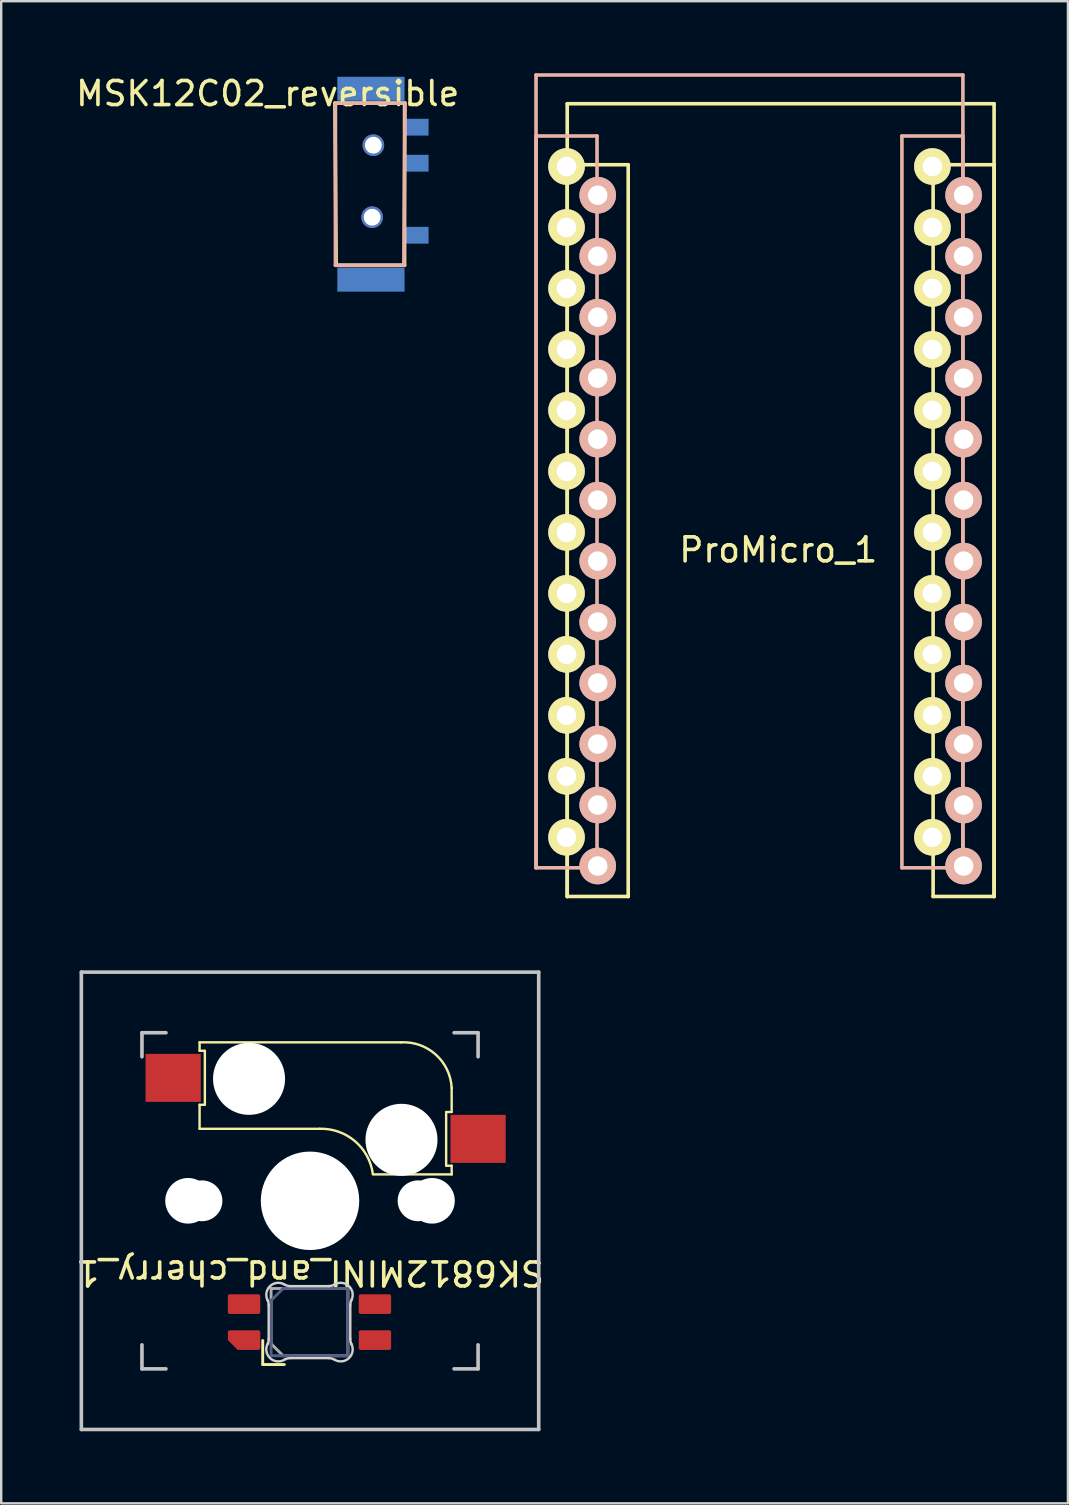
<source format=kicad_pcb>
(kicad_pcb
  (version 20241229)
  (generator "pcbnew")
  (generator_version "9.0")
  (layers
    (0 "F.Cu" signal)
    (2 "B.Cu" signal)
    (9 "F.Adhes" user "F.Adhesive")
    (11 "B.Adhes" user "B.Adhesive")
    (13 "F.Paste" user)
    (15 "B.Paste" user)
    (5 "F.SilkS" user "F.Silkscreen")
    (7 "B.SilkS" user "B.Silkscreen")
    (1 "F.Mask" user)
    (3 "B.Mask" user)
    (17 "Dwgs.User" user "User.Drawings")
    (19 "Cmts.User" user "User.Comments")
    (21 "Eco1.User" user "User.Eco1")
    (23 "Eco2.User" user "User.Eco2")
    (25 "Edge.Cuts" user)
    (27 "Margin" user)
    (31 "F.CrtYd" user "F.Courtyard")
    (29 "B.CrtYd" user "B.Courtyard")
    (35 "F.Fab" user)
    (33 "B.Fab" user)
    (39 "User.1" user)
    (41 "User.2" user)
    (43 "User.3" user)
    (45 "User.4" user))
  (footprint "MSK12C02_reversible"
    (layer "F.Cu")
    (at 11.101 0.748)
    (property "Reference" "MSK12C02_reversible" (at -3 0.1 0) (layer "F.SilkS") (effects (font (size 1 1) (thickness 0.15))))
    (attr through_hole)
    (fp_line (start -0.2 0.5) (end 2.7 0.5) (stroke (width 0.15) (type solid)) (layer "F.SilkS"))
    (fp_line (start -0.15 7.25) (end -0.2 0.5) (stroke (width 0.15) (type solid)) (layer "F.SilkS"))
    (fp_line (start 2.7 0.5) (end 2.7 7.25) (stroke (width 0.15) (type solid)) (layer "F.SilkS"))
    (fp_line (start 2.7 7.25) (end -0.15 7.25) (stroke (width 0.15) (type solid)) (layer "F.SilkS"))
    (fp_line (start -0.18 0.5) (end -0.18 7.25) (stroke (width 0.15) (type solid)) (layer "B.SilkS"))
    (fp_line (start -0.18 7.25) (end 2.67 7.25) (stroke (width 0.15) (type solid)) (layer "B.SilkS"))
    (fp_line (start 2.67 7.25) (end 2.72 0.5) (stroke (width 0.15) (type solid)) (layer "B.SilkS"))
    (fp_line (start 2.72 0.5) (end -0.18 0.5) (stroke (width 0.15) (type solid)) (layer "B.SilkS"))
    (pad "" np_thru_hole circle (at 1.35 5.25) (size 0.9 0.9) (drill 0.7) (layers "*.Cu" "*.Mask"))
    (pad "" np_thru_hole circle (at 1.4 2.25) (size 0.9 0.9) (drill 0.7) (layers "*.Cu" "*.Mask"))
    (pad "1" smd rect (at 3.2 6 270) (size 0.7 1) (layers "B.Cu" "B.Mask" "B.Paste"))
    (pad "2" smd rect (at 3.2 3 270) (size 0.7 1) (layers "B.Cu" "B.Mask" "B.Paste"))
    (pad "3" smd rect (at 3.2 1.5 270) (size 0.7 1) (layers "B.Cu" "B.Mask" "B.Paste"))
    (pad "NC" smd rect (at 1.3 -0.1) (size 2.8 1) (layers "B.Cu" "B.Mask" "B.Paste"))
    (pad "NC" smd rect (at 1.3 7.85) (size 2.8 1) (layers "B.Cu" "B.Mask" "B.Paste")))
  (footprint "ProMicro_1"
    (layer "F.Cu")
    (at 29.367 18.655)
    (property "Reference" "ProMicro_1" (at 0 1.2 0) (layer "F.SilkS") (effects (font (size 1 1) (thickness 0.15))))
    (attr through_hole)
    (fp_line (start -8.791 -17.384) (end -8.791 15.636) (stroke (width 0.15) (type solid)) (layer "F.SilkS"))
    (fp_line (start -8.791 -14.844) (end -8.791 15.636) (stroke (width 0.15) (type solid)) (layer "F.SilkS"))
    (fp_line (start -8.791 15.636) (end -6.251 15.636) (stroke (width 0.15) (type solid)) (layer "F.SilkS"))
    (fp_line (start -6.251 -14.844) (end -8.791 -14.844) (stroke (width 0.15) (type solid)) (layer "F.SilkS"))
    (fp_line (start -6.251 15.636) (end -6.251 -14.844) (stroke (width 0.15) (type solid)) (layer "F.SilkS"))
    (fp_line (start 6.449 -14.844) (end 6.449 15.636) (stroke (width 0.15) (type solid)) (layer "F.SilkS"))
    (fp_line (start 6.449 15.636) (end 8.989 15.636) (stroke (width 0.15) (type solid)) (layer "F.SilkS"))
    (fp_line (start 8.989 -17.384) (end -8.791 -17.384) (stroke (width 0.15) (type solid)) (layer "F.SilkS"))
    (fp_line (start 8.989 -14.844) (end 6.449 -14.844) (stroke (width 0.15) (type solid)) (layer "F.SilkS"))
    (fp_line (start 8.989 15.636) (end 8.989 -17.384) (stroke (width 0.15) (type solid)) (layer "F.SilkS"))
    (fp_line (start 8.989 15.636) (end 8.989 -14.844) (stroke (width 0.15) (type solid)) (layer "F.SilkS"))
    (fp_line (start -10.09 -18.58) (end 7.69 -18.58) (stroke (width 0.15) (type solid)) (layer "B.SilkS"))
    (fp_line (start -10.09 -16.04) (end -7.55 -16.04) (stroke (width 0.15) (type solid)) (layer "B.SilkS"))
    (fp_line (start -10.09 14.44) (end -10.09 -18.58) (stroke (width 0.15) (type solid)) (layer "B.SilkS"))
    (fp_line (start -10.09 14.44) (end -10.09 -16.04) (stroke (width 0.15) (type solid)) (layer "B.SilkS"))
    (fp_line (start -7.55 -16.04) (end -7.55 14.44) (stroke (width 0.15) (type solid)) (layer "B.SilkS"))
    (fp_line (start -7.55 14.44) (end -10.09 14.44) (stroke (width 0.15) (type solid)) (layer "B.SilkS"))
    (fp_line (start 5.15 -16.04) (end 7.69 -16.04) (stroke (width 0.15) (type solid)) (layer "B.SilkS"))
    (fp_line (start 5.15 14.44) (end 5.15 -16.04) (stroke (width 0.15) (type solid)) (layer "B.SilkS"))
    (fp_line (start 7.69 -18.58) (end 7.69 14.44) (stroke (width 0.15) (type solid)) (layer "B.SilkS"))
    (fp_line (start 7.69 -16.04) (end 7.69 14.44) (stroke (width 0.15) (type solid)) (layer "B.SilkS"))
    (fp_line (start 7.69 14.44) (end 5.15 14.44) (stroke (width 0.15) (type solid)) (layer "B.SilkS"))
    (pad "1" thru_hole circle (at -8.82 -14.77) (size 1.524 1.524) (drill 0.813) (layers "*.Cu" "*.Mask" "F.SilkS"))
    (pad "1" thru_hole circle (at 7.719 -13.574 180) (size 1.524 1.524) (drill 0.813) (layers "*.Cu" "*.Mask" "B.SilkS"))
    (pad "2" thru_hole circle (at -8.82 -12.23) (size 1.524 1.524) (drill 0.813) (layers "*.Cu" "*.Mask" "F.SilkS"))
    (pad "2" thru_hole circle (at 7.719 -11.034 180) (size 1.524 1.524) (drill 0.813) (layers "*.Cu" "*.Mask" "B.SilkS"))
    (pad "3" thru_hole circle (at -8.82 -9.69) (size 1.524 1.524) (drill 0.813) (layers "*.Cu" "*.Mask" "F.SilkS"))
    (pad "3" thru_hole circle (at 7.719 -8.494 180) (size 1.524 1.524) (drill 0.813) (layers "*.Cu" "*.Mask" "B.SilkS"))
    (pad "4" thru_hole circle (at -8.82 -7.15) (size 1.524 1.524) (drill 0.813) (layers "*.Cu" "*.Mask" "F.SilkS"))
    (pad "4" thru_hole circle (at 7.719 -5.954 180) (size 1.524 1.524) (drill 0.813) (layers "*.Cu" "*.Mask" "B.SilkS"))
    (pad "5" thru_hole circle (at -8.82 -4.61) (size 1.524 1.524) (drill 0.813) (layers "*.Cu" "*.Mask" "F.SilkS"))
    (pad "5" thru_hole circle (at 7.719 -3.414 180) (size 1.524 1.524) (drill 0.813) (layers "*.Cu" "*.Mask" "B.SilkS"))
    (pad "6" thru_hole circle (at -8.82 -2.07) (size 1.524 1.524) (drill 0.813) (layers "*.Cu" "*.Mask" "F.SilkS"))
    (pad "6" thru_hole circle (at 7.719 -0.874 180) (size 1.524 1.524) (drill 0.813) (layers "*.Cu" "*.Mask" "B.SilkS"))
    (pad "7" thru_hole circle (at -8.82 0.47) (size 1.524 1.524) (drill 0.813) (layers "*.Cu" "*.Mask" "F.SilkS"))
    (pad "7" thru_hole circle (at 7.719 1.666 180) (size 1.524 1.524) (drill 0.813) (layers "*.Cu" "*.Mask" "B.SilkS"))
    (pad "8" thru_hole circle (at -8.82 3.01) (size 1.524 1.524) (drill 0.813) (layers "*.Cu" "*.Mask" "F.SilkS"))
    (pad "8" thru_hole circle (at 7.719 4.206 180) (size 1.524 1.524) (drill 0.813) (layers "*.Cu" "*.Mask" "B.SilkS"))
    (pad "9" thru_hole circle (at -8.82 5.55) (size 1.524 1.524) (drill 0.813) (layers "*.Cu" "*.Mask" "F.SilkS"))
    (pad "9" thru_hole circle (at 7.719 6.746 180) (size 1.524 1.524) (drill 0.813) (layers "*.Cu" "*.Mask" "B.SilkS"))
    (pad "10" thru_hole circle (at -8.82 8.09) (size 1.524 1.524) (drill 0.813) (layers "*.Cu" "*.Mask" "F.SilkS"))
    (pad "10" thru_hole circle (at 7.719 9.286 180) (size 1.524 1.524) (drill 0.813) (layers "*.Cu" "*.Mask" "B.SilkS"))
    (pad "11" thru_hole circle (at -8.82 10.63) (size 1.524 1.524) (drill 0.813) (layers "*.Cu" "*.Mask" "F.SilkS"))
    (pad "11" thru_hole circle (at 7.719 11.826 180) (size 1.524 1.524) (drill 0.813) (layers "*.Cu" "*.Mask" "B.SilkS"))
    (pad "12" thru_hole circle (at -8.82 13.17) (size 1.524 1.524) (drill 0.813) (layers "*.Cu" "*.Mask" "F.SilkS"))
    (pad "12" thru_hole circle (at 7.719 14.366 180) (size 1.524 1.524) (drill 0.813) (layers "*.Cu" "*.Mask" "B.SilkS"))
    (pad "13" thru_hole circle (at -7.521 14.366 180) (size 1.524 1.524) (drill 0.813) (layers "*.Cu" "*.Mask" "B.SilkS"))
    (pad "13" thru_hole circle (at 6.42 13.17) (size 1.524 1.524) (drill 0.813) (layers "*.Cu" "*.Mask" "F.SilkS"))
    (pad "14" thru_hole circle (at -7.521 11.826 180) (size 1.524 1.524) (drill 0.813) (layers "*.Cu" "*.Mask" "B.SilkS"))
    (pad "14" thru_hole circle (at 6.42 10.63) (size 1.524 1.524) (drill 0.813) (layers "*.Cu" "*.Mask" "F.SilkS"))
    (pad "15" thru_hole circle (at -7.521 9.286 180) (size 1.524 1.524) (drill 0.813) (layers "*.Cu" "*.Mask" "B.SilkS"))
    (pad "15" thru_hole circle (at 6.42 8.09) (size 1.524 1.524) (drill 0.813) (layers "*.Cu" "*.Mask" "F.SilkS"))
    (pad "16" thru_hole circle (at -7.521 6.746 180) (size 1.524 1.524) (drill 0.813) (layers "*.Cu" "*.Mask" "B.SilkS"))
    (pad "16" thru_hole circle (at 6.42 5.55) (size 1.524 1.524) (drill 0.813) (layers "*.Cu" "*.Mask" "F.SilkS"))
    (pad "17" thru_hole circle (at -7.521 4.206 180) (size 1.524 1.524) (drill 0.813) (layers "*.Cu" "*.Mask" "B.SilkS"))
    (pad "17" thru_hole circle (at 6.42 3.01) (size 1.524 1.524) (drill 0.813) (layers "*.Cu" "*.Mask" "F.SilkS"))
    (pad "18" thru_hole circle (at -7.521 1.666 180) (size 1.524 1.524) (drill 0.813) (layers "*.Cu" "*.Mask" "B.SilkS"))
    (pad "18" thru_hole circle (at 6.42 0.47) (size 1.524 1.524) (drill 0.813) (layers "*.Cu" "*.Mask" "F.SilkS"))
    (pad "19" thru_hole circle (at -7.521 -0.874 180) (size 1.524 1.524) (drill 0.813) (layers "*.Cu" "*.Mask" "B.SilkS"))
    (pad "19" thru_hole circle (at 6.42 -2.07) (size 1.524 1.524) (drill 0.813) (layers "*.Cu" "*.Mask" "F.SilkS"))
    (pad "20" thru_hole circle (at -7.521 -3.414 180) (size 1.524 1.524) (drill 0.813) (layers "*.Cu" "*.Mask" "B.SilkS"))
    (pad "20" thru_hole circle (at 6.42 -4.61) (size 1.524 1.524) (drill 0.813) (layers "*.Cu" "*.Mask" "F.SilkS"))
    (pad "21" thru_hole circle (at -7.521 -5.954 180) (size 1.524 1.524) (drill 0.813) (layers "*.Cu" "*.Mask" "B.SilkS"))
    (pad "21" thru_hole circle (at 6.42 -7.15) (size 1.524 1.524) (drill 0.813) (layers "*.Cu" "*.Mask" "F.SilkS"))
    (pad "22" thru_hole circle (at -7.521 -8.494 180) (size 1.524 1.524) (drill 0.813) (layers "*.Cu" "*.Mask" "B.SilkS"))
    (pad "22" thru_hole circle (at 6.42 -9.69) (size 1.524 1.524) (drill 0.813) (layers "*.Cu" "*.Mask" "F.SilkS"))
    (pad "23" thru_hole circle (at -7.521 -11.034 180) (size 1.524 1.524) (drill 0.813) (layers "*.Cu" "*.Mask" "B.SilkS"))
    (pad "23" thru_hole circle (at 6.42 -12.23) (size 1.524 1.524) (drill 0.813) (layers "*.Cu" "*.Mask" "F.SilkS"))
    (pad "24" thru_hole circle (at -7.521 -13.574 180) (size 1.524 1.524) (drill 0.813) (layers "*.Cu" "*.Mask" "B.SilkS"))
    (pad "24" thru_hole circle (at 6.42 -14.77) (size 1.524 1.524) (drill 0.813) (layers "*.Cu" "*.Mask" "F.SilkS")))
  (footprint "SK6812MINI_and_cherry_1"
    (layer "F.Cu")
    (at 9.863 46.966)
    (property "Reference" "SK6812MINI_and_cherry_1" (at 0 3 180) (unlocked yes) (layer "F.SilkS") (effects (font (size 1 1) (thickness 0.15))))
    (attr through_hole)
    (fp_line (start -4.6 -6.6) (end 3.8 -6.6) (stroke (width 0.1) (type solid)) (layer "F.SilkS"))
    (fp_line (start -4.6 -6.25) (end -4.6 -6.6) (stroke (width 0.1) (type solid)) (layer "F.SilkS"))
    (fp_line (start -4.6 -4) (end -4.4 -4) (stroke (width 0.1) (type solid)) (layer "F.SilkS"))
    (fp_line (start -4.6 -3) (end -4.6 -4) (stroke (width 0.1) (type solid)) (layer "F.SilkS"))
    (fp_line (start -4.4 -6.25) (end -4.6 -6.25) (stroke (width 0.1) (type solid)) (layer "F.SilkS"))
    (fp_line (start -4.38 -4) (end -4.38 -6.25) (stroke (width 0.1) (type solid)) (layer "F.SilkS"))
    (fp_line (start -1.97 5.82) (end -1.97 6.82) (stroke (width 0.12) (type solid)) (layer "F.SilkS"))
    (fp_line (start -1.97 6.82) (end -1.07 6.82) (stroke (width 0.12) (type solid)) (layer "F.SilkS"))
    (fp_line (start 0.4 -3) (end -4.6 -3) (stroke (width 0.1) (type solid)) (layer "F.SilkS"))
    (fp_line (start 5.67 -3.7) (end 5.67 -1.46) (stroke (width 0.1) (type solid)) (layer "F.SilkS"))
    (fp_line (start 5.7 -1.46) (end 5.9 -1.46) (stroke (width 0.1) (type solid)) (layer "F.SilkS"))
    (fp_line (start 5.9 -4.7) (end 5.9 -3.7) (stroke (width 0.1) (type solid)) (layer "F.SilkS"))
    (fp_line (start 5.9 -3.7) (end 5.7 -3.7) (stroke (width 0.1) (type solid)) (layer "F.SilkS"))
    (fp_line (start 5.9 -1.1) (end 2.62 -1.1) (stroke (width 0.1) (type solid)) (layer "F.SilkS"))
    (fp_line (start 5.9 -1.1) (end 5.9 -1.46) (stroke (width 0.1) (type solid)) (layer "F.SilkS"))
    (fp_arc (start 0.4 -3) (mid 1.868709 -2.486118) (end 2.616318 -1.121471) (stroke (width 0.1) (type solid)) (layer "F.SilkS"))
    (fp_arc (start 3.8 -6.600001) (mid 5.243504 -6.084925) (end 5.900001 -4.7) (stroke (width 0.1) (type solid)) (layer "F.SilkS"))
    (fp_line (start -9.525 -9.525) (end 9.525 -9.525) (stroke (width 0.15) (type solid)) (layer "Dwgs.User"))
    (fp_line (start -9.525 9.525) (end -9.525 -9.525) (stroke (width 0.15) (type solid)) (layer "Dwgs.User"))
    (fp_line (start -7 -7) (end -6 -7) (stroke (width 0.15) (type solid)) (layer "Dwgs.User"))
    (fp_line (start -7 -6) (end -7 -7) (stroke (width 0.15) (type solid)) (layer "Dwgs.User"))
    (fp_line (start -7 6) (end -7 7) (stroke (width 0.15) (type solid)) (layer "Dwgs.User"))
    (fp_line (start -7 7) (end -6 7) (stroke (width 0.15) (type solid)) (layer "Dwgs.User"))
    (fp_line (start 6 7) (end 7 7) (stroke (width 0.15) (type solid)) (layer "Dwgs.User"))
    (fp_line (start 7 -7) (end 6 -7) (stroke (width 0.15) (type solid)) (layer "Dwgs.User"))
    (fp_line (start 7 -7) (end 7 -6) (stroke (width 0.15) (type solid)) (layer "Dwgs.User"))
    (fp_line (start 7 7) (end 7 6) (stroke (width 0.15) (type solid)) (layer "Dwgs.User"))
    (fp_line (start 9.525 -9.525) (end 9.525 9.525) (stroke (width 0.15) (type solid)) (layer "Dwgs.User"))
    (fp_line (start 9.525 9.525) (end -9.525 9.525) (stroke (width 0.15) (type solid)) (layer "Dwgs.User"))
    (fp_line (start -1.722 5.756) (end -1.722 4.35) (stroke (width 0.1) (type solid)) (layer "Edge.Cuts"))
    (fp_line (start 0.773 3.553) (end -0.816 3.553) (stroke (width 0.1) (type solid)) (layer "Edge.Cuts"))
    (fp_line (start 0.773 6.553) (end -0.816 6.553) (stroke (width 0.1) (type solid)) (layer "Edge.Cuts"))
    (fp_line (start 1.678 5.756) (end 1.678 4.35) (stroke (width 0.1) (type solid)) (layer "Edge.Cuts"))
    (fp_arc (start -1.77141 4.133123) (mid -1.734454 4.238775) (end -1.721925 4.350001) (stroke (width 0.1) (type solid)) (layer "Edge.Cuts"))
    (fp_arc (start -1.77141 4.133124) (mid -1.66 3.548806) (end -1.068637 3.484544) (stroke (width 0.1) (type solid)) (layer "Edge.Cuts"))
    (fp_arc (start -1.721925 5.755686) (mid -1.734454 5.866911) (end -1.77141 5.972563) (stroke (width 0.1) (type solid)) (layer "Edge.Cuts"))
    (fp_arc (start -1.068637 6.621142) (mid -1.659997 6.556877) (end -1.77141 5.972562) (stroke (width 0.1) (type solid)) (layer "Edge.Cuts"))
    (fp_arc (start -1.068637 6.621142) (mid -0.947049 6.570219) (end -0.816378 6.552843) (stroke (width 0.1) (type solid)) (layer "Edge.Cuts"))
    (fp_arc (start -0.816378 3.552843) (mid -0.947049 3.535466) (end -1.068637 3.484544) (stroke (width 0.1) (type solid)) (layer "Edge.Cuts"))
    (fp_arc (start 0.772527 6.552843) (mid 0.903197 6.57022) (end 1.024785 6.621142) (stroke (width 0.1) (type solid)) (layer "Edge.Cuts"))
    (fp_arc (start 1.024785 3.484544) (mid 0.903197 3.535465) (end 0.772527 3.552843) (stroke (width 0.1) (type solid)) (layer "Edge.Cuts"))
    (fp_arc (start 1.024785 3.484546) (mid 1.616148 3.548809) (end 1.727558 4.133123) (stroke (width 0.1) (type solid)) (layer "Edge.Cuts"))
    (fp_arc (start 1.678073 4.350001) (mid 1.690601 4.238775) (end 1.727558 4.133123) (stroke (width 0.1) (type solid)) (layer "Edge.Cuts"))
    (fp_arc (start 1.727558 5.972563) (mid 1.616145 6.556875) (end 1.024785 6.621142) (stroke (width 0.1) (type solid)) (layer "Edge.Cuts"))
    (fp_arc (start 1.727558 5.972563) (mid 1.690589 5.866914) (end 1.678073 5.755686) (stroke (width 0.1) (type solid)) (layer "Edge.Cuts"))
    (fp_line (start -1.622 4.153) (end -1.622 6.453) (stroke (width 0.12) (type solid)) (layer "B.Fab"))
    (fp_line (start -1.622 4.153) (end -1.122 3.653) (stroke (width 0.12) (type solid)) (layer "B.Fab"))
    (fp_line (start -1.622 6.453) (end 1.578 6.453) (stroke (width 0.12) (type solid)) (layer "B.Fab"))
    (fp_line (start 1.578 3.653) (end -1.122 3.653) (stroke (width 0.12) (type solid)) (layer "B.Fab"))
    (fp_line (start 1.578 6.453) (end 1.578 3.653) (stroke (width 0.12) (type solid)) (layer "B.Fab"))
    (fp_line (start -1.622 3.653) (end 1.578 3.653) (stroke (width 0.12) (type solid)) (layer "F.Fab"))
    (fp_line (start -1.622 5.953) (end -1.622 3.653) (stroke (width 0.12) (type solid)) (layer "F.Fab"))
    (fp_line (start -1.622 5.953) (end -1.122 6.453) (stroke (width 0.12) (type solid)) (layer "F.Fab"))
    (fp_line (start 1.578 3.653) (end 1.578 6.453) (stroke (width 0.12) (type solid)) (layer "F.Fab"))
    (fp_line (start 1.578 6.453) (end -1.122 6.453) (stroke (width 0.12) (type solid)) (layer "F.Fab"))
    (pad "" np_thru_hole circle (at -5.08 0) (size 1.9 1.9) (drill 1.9) (layers "*.Cu" "*.Mask"))
    (pad "" np_thru_hole circle (at -4.5 0) (size 1.7 1.7) (drill 1.7) (layers "*.Cu" "*.Mask"))
    (pad "" np_thru_hole circle (at -2.54 -5.08 180) (size 3 3) (drill 3) (layers "*.Cu" "*.Mask"))
    (pad "" np_thru_hole circle (at 0 0 90) (size 4.1 4.1) (drill 4.1) (layers "*.Cu" "*.Mask"))
    (pad "" np_thru_hole circle (at 3.81 -2.54 180) (size 3 3) (drill 3) (layers "*.Cu" "*.Mask"))
    (pad "" np_thru_hole circle (at 4.5 0) (size 1.7 1.7) (drill 1.7) (layers "*.Cu" "*.Mask"))
    (pad "" np_thru_hole circle (at 5.08 0) (size 1.9 1.9) (drill 1.9) (layers "*.Cu" "*.Mask"))
    (pad "1" smd roundrect (at 2.703 5.803 90) (size 0.82 1.35) (layers "F.Cu" "F.Mask" "F.Paste") (roundrect_rratio 0.1))
    (pad "2" smd roundrect (at -2.747 5.803 90) (size 0.82 1.35) (layers "F.Cu" "F.Mask" "F.Paste") (roundrect_rratio 0.1) (chamfer_ratio 0.5) (chamfer top_left))
    (pad "3" smd roundrect (at -2.747 4.303 90) (size 0.82 1.35) (layers "F.Cu" "F.Mask" "F.Paste") (roundrect_rratio 0.1))
    (pad "4" smd roundrect (at 2.703 4.303 90) (size 0.82 1.35) (layers "F.Cu" "F.Mask" "F.Paste") (roundrect_rratio 0.1))
    (pad "5" smd rect (at 7 -2.58 180) (size 2.3 2) (layers "F.Cu" "F.Mask" "F.Paste"))
    (pad "6" smd rect (at -5.7 -5.12 180) (size 2.3 2) (layers "F.Cu" "F.Mask" "F.Paste"))
    (zone (net_name "") (layers "F.Cu" "B.Cu") (name "CUTOUT") (hatch edge 0.5) (connect_pads) (min_thickness 0.25) (filled_areas_thickness no) (keepout (tracks not_allowed) (vias not_allowed) (pads not_allowed) (copperpour not_allowed) (footprints allowed)) (placement (enabled no)) (fill) (polygon (pts (xy 7.963 50.316) (xy 7.972 53.715) (xy 11.863 53.716) (xy 11.882 50.325) (xy 8.883 50.316)))))
  (gr_rect
    (start -3 -3)
    (end 41.431 59.566)
    (stroke (width 0.1) (type default))
    (fill no)
    (layer "Edge.Cuts")))
</source>
